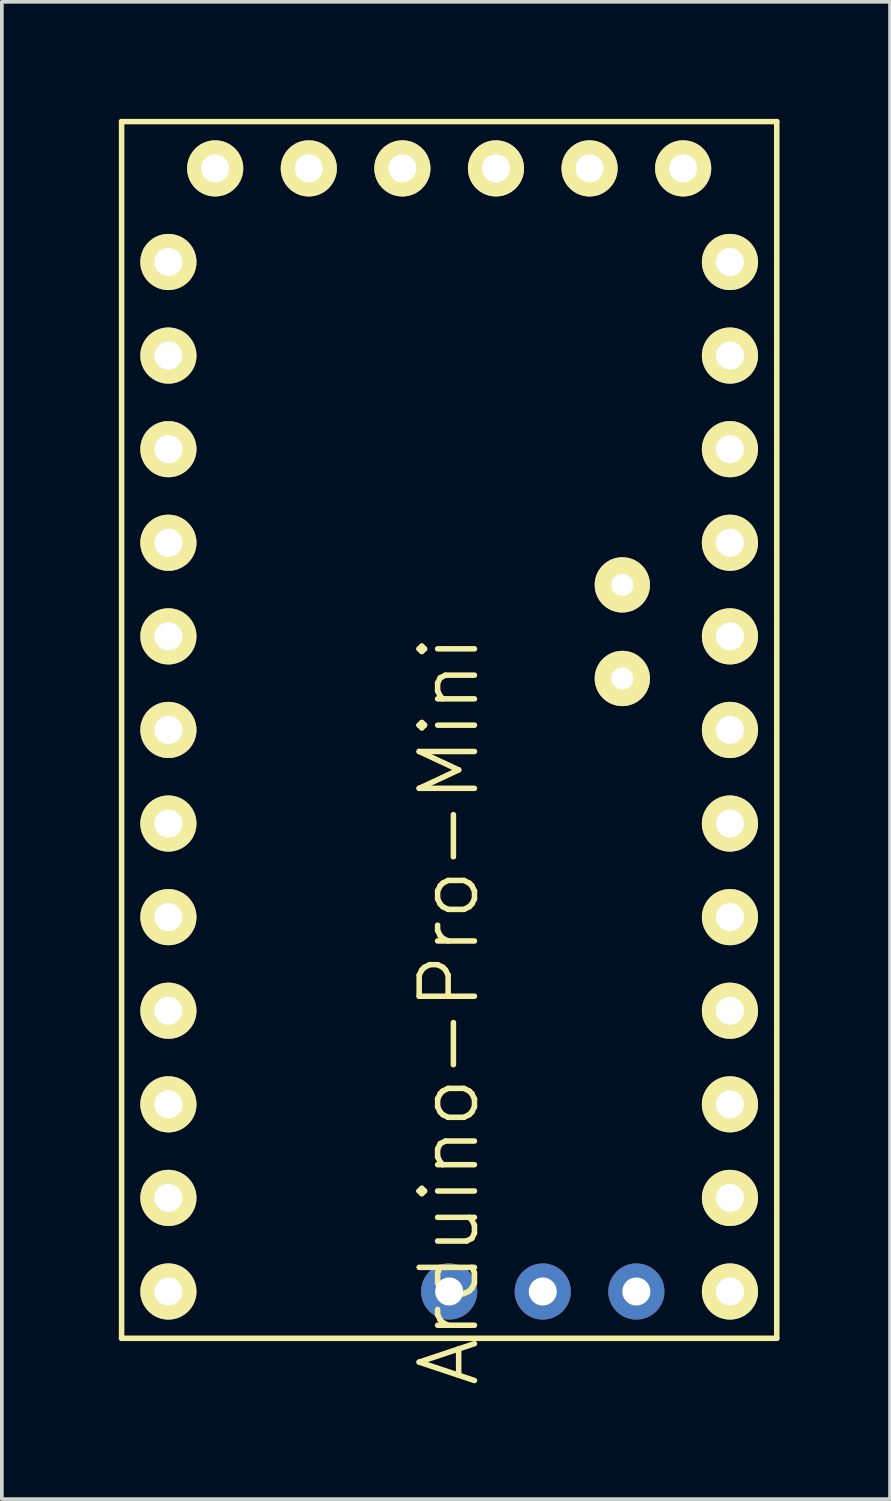
<source format=kicad_pcb>
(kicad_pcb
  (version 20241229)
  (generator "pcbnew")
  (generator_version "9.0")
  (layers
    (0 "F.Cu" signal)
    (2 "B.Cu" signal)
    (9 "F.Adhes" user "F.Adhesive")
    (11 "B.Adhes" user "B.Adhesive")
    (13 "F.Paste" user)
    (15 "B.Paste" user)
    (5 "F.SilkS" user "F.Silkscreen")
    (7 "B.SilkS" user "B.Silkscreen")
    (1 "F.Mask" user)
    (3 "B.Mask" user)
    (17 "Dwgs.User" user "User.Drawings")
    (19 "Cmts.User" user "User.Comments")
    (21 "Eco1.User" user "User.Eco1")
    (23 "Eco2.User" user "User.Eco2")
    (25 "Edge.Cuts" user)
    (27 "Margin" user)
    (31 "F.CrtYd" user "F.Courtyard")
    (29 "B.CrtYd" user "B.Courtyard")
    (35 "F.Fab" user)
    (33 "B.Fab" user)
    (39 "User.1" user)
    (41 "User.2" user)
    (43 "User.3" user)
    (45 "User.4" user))
  (footprint "Arduino-Pro-Mini"
    (layer "F.Cu")
    (at 0.25 0.25)
    (property "Reference" "Arduino-Pro-Mini" (at 8.89 24.13 90) (layer "F.SilkS") (effects (font (size 1.5 1.5) (thickness 0.15))))
    (attr through_hole)
    (fp_line (start 0 0) (end 17.78 0) (stroke (width 0.15) (type solid)) (layer "F.SilkS"))
    (fp_line (start 0 33.02) (end 0 0) (stroke (width 0.15) (type solid)) (layer "F.SilkS"))
    (fp_line (start 17.78 0) (end 17.78 33.02) (stroke (width 0.15) (type solid)) (layer "F.SilkS"))
    (fp_line (start 17.78 33.02) (end 0 33.02) (stroke (width 0.15) (type solid)) (layer "F.SilkS"))
    (pad "1" thru_hole circle (at 2.54 1.27) (size 1.524 1.524) (drill 0.762) (layers "*.Cu" "*.Mask" "F.SilkS"))
    (pad "2" thru_hole circle (at 5.08 1.27) (size 1.524 1.524) (drill 0.762) (layers "*.Cu" "*.Mask" "F.SilkS"))
    (pad "3" thru_hole circle (at 7.62 1.27) (size 1.524 1.524) (drill 0.762) (layers "*.Cu" "*.Mask" "F.SilkS"))
    (pad "4" thru_hole circle (at 10.16 1.27) (size 1.524 1.524) (drill 0.762) (layers "*.Cu" "*.Mask" "F.SilkS"))
    (pad "5" thru_hole circle (at 12.7 1.27) (size 1.524 1.524) (drill 0.762) (layers "*.Cu" "*.Mask" "F.SilkS"))
    (pad "6" thru_hole circle (at 15.24 1.27) (size 1.524 1.524) (drill 0.762) (layers "*.Cu" "*.Mask" "F.SilkS"))
    (pad "7" thru_hole circle (at 1.27 3.81) (size 1.524 1.524) (drill 0.762) (layers "*.Cu" "*.Mask" "F.SilkS"))
    (pad "8" thru_hole circle (at 1.27 6.35) (size 1.524 1.524) (drill 0.762) (layers "*.Cu" "*.Mask" "F.SilkS"))
    (pad "9" thru_hole circle (at 1.27 8.89) (size 1.524 1.524) (drill 0.762) (layers "*.Cu" "*.Mask" "F.SilkS"))
    (pad "10" thru_hole circle (at 1.27 11.43) (size 1.524 1.524) (drill 0.762) (layers "*.Cu" "*.Mask" "F.SilkS"))
    (pad "11" thru_hole circle (at 1.27 13.97) (size 1.524 1.524) (drill 0.762) (layers "*.Cu" "*.Mask" "F.SilkS"))
    (pad "12" thru_hole circle (at 1.27 16.51) (size 1.524 1.524) (drill 0.762) (layers "*.Cu" "*.Mask" "F.SilkS"))
    (pad "13" thru_hole circle (at 1.27 19.05) (size 1.524 1.524) (drill 0.762) (layers "*.Cu" "*.Mask" "F.SilkS"))
    (pad "14" thru_hole circle (at 1.27 21.59) (size 1.524 1.524) (drill 0.762) (layers "*.Cu" "*.Mask" "F.SilkS"))
    (pad "15" thru_hole circle (at 1.27 24.13) (size 1.524 1.524) (drill 0.762) (layers "*.Cu" "*.Mask" "F.SilkS"))
    (pad "16" thru_hole circle (at 1.27 26.67) (size 1.524 1.524) (drill 0.762) (layers "*.Cu" "*.Mask" "F.SilkS"))
    (pad "17" thru_hole circle (at 1.27 29.21) (size 1.524 1.524) (drill 0.762) (layers "*.Cu" "*.Mask" "F.SilkS"))
    (pad "18" thru_hole circle (at 1.27 31.75) (size 1.524 1.524) (drill 0.762) (layers "*.Cu" "*.Mask" "F.SilkS"))
    (pad "19" thru_hole circle (at 16.51 3.81) (size 1.524 1.524) (drill 0.762) (layers "*.Cu" "*.Mask" "F.SilkS"))
    (pad "20" thru_hole circle (at 16.51 6.35) (size 1.524 1.524) (drill 0.762) (layers "*.Cu" "*.Mask" "F.SilkS"))
    (pad "21" thru_hole circle (at 16.51 8.89) (size 1.524 1.524) (drill 0.762) (layers "*.Cu" "*.Mask" "F.SilkS"))
    (pad "22" thru_hole circle (at 16.51 11.43) (size 1.524 1.524) (drill 0.762) (layers "*.Cu" "*.Mask" "F.SilkS"))
    (pad "23" thru_hole circle (at 16.51 13.97) (size 1.524 1.524) (drill 0.762) (layers "*.Cu" "*.Mask" "F.SilkS"))
    (pad "24" thru_hole circle (at 16.51 16.51) (size 1.524 1.524) (drill 0.762) (layers "*.Cu" "*.Mask" "F.SilkS"))
    (pad "25" thru_hole circle (at 16.51 19.05) (size 1.524 1.524) (drill 0.762) (layers "*.Cu" "*.Mask" "F.SilkS"))
    (pad "26" thru_hole circle (at 16.51 21.59) (size 1.524 1.524) (drill 0.762) (layers "*.Cu" "*.Mask" "F.SilkS"))
    (pad "27" thru_hole circle (at 16.51 24.13) (size 1.524 1.524) (drill 0.762) (layers "*.Cu" "*.Mask" "F.SilkS"))
    (pad "28" thru_hole circle (at 16.51 26.67) (size 1.524 1.524) (drill 0.762) (layers "*.Cu" "*.Mask" "F.SilkS"))
    (pad "29" thru_hole circle (at 16.51 29.21) (size 1.524 1.524) (drill 0.762) (layers "*.Cu" "*.Mask" "F.SilkS"))
    (pad "30" thru_hole circle (at 16.51 31.75) (size 1.524 1.524) (drill 0.762) (layers "*.Cu" "*.Mask" "F.SilkS"))
    (pad "31" thru_hole circle (at 13.589 12.573) (size 1.5 1.5) (drill 0.6) (layers "*.Cu" "*.Mask" "F.SilkS"))
    (pad "32" thru_hole circle (at 13.589 15.113) (size 1.5 1.5) (drill 0.6) (layers "*.Cu" "*.Mask" "F.SilkS"))
    (pad "33" thru_hole circle (at 13.97 31.75) (size 1.524 1.524) (drill 0.762) (layers "*.Cu" "*.Mask"))
    (pad "34" thru_hole circle (at 11.43 31.75) (size 1.524 1.524) (drill 0.762) (layers "*.Cu" "*.Mask"))
    (pad "35" thru_hole circle (at 8.89 31.75) (size 1.524 1.524) (drill 0.762) (layers "*.Cu" "*.Mask")))
  (gr_rect
    (start -3 -3)
    (end 21.105 37.634)
    (stroke (width 0.1) (type default))
    (fill no)
    (layer "Edge.Cuts")))
</source>
